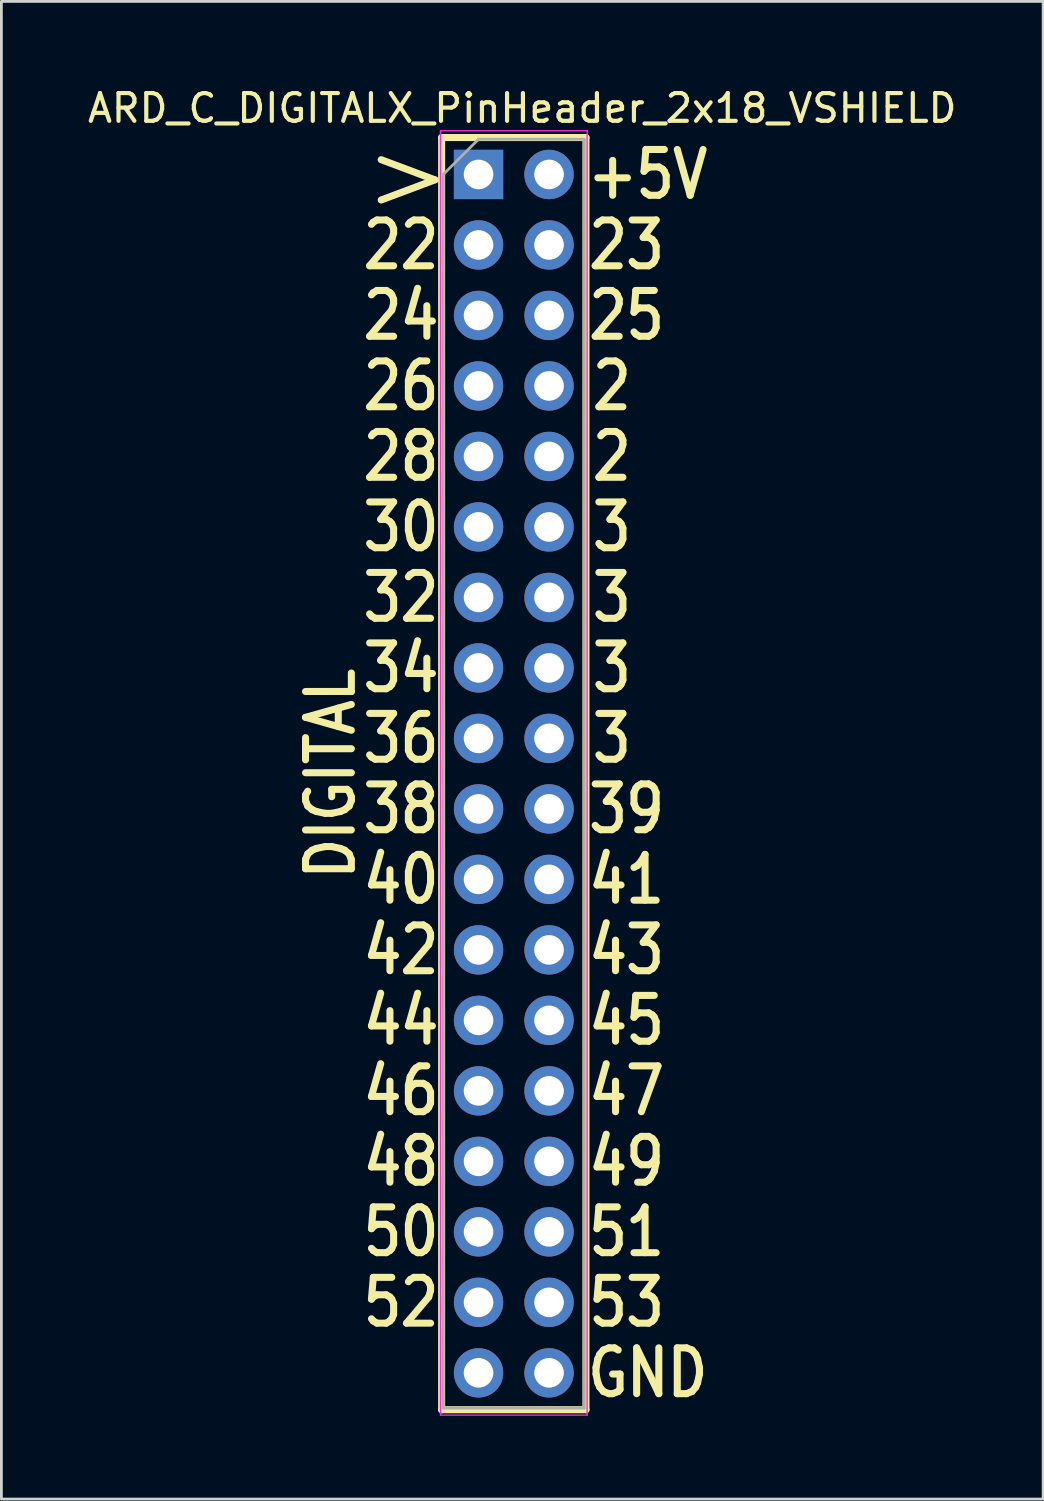
<source format=kicad_pcb>
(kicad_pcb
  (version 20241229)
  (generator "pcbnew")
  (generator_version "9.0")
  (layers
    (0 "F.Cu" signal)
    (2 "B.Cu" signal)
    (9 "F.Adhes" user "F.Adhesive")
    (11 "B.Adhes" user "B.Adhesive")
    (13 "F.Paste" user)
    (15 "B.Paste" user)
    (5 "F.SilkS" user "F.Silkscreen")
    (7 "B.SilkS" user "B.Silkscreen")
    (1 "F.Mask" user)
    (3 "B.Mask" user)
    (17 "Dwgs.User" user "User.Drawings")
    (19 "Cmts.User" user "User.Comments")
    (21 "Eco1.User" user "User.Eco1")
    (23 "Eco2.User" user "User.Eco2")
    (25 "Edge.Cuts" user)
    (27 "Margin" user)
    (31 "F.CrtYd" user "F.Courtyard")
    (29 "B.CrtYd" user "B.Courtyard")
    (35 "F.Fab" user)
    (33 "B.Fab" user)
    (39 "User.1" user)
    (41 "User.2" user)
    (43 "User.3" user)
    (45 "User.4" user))
  (footprint "ARD_C_DIGITALX_PinHeader_2x18_VSHIELD"
    (layer "F.Cu")
    (at 14.193 3.236)
    (property "Reference" "ARD_C_DIGITALX_PinHeader_2x18_VSHIELD" (at 1.575 -2.388 0) (layer "F.SilkS") (effects (font (size 1 1) (thickness 0.15))))
    (attr through_hole)
    (fp_line (start -1.33 -1.33) (end -1.33 44.51) (stroke (width 0.254) (type solid)) (layer "F.SilkS"))
    (fp_line (start -1.33 -1.33) (end 1.27 -1.33) (stroke (width 0.254) (type solid)) (layer "F.SilkS"))
    (fp_line (start -1.33 44.51) (end 3.87 44.51) (stroke (width 0.254) (type solid)) (layer "F.SilkS"))
    (fp_line (start 1.27 -1.33) (end 3.87 -1.33) (stroke (width 0.254) (type solid)) (layer "F.SilkS"))
    (fp_line (start 3.87 -1.33) (end 3.87 44.51) (stroke (width 0.254) (type solid)) (layer "F.SilkS"))
    (fp_line (start -1.372 -1.575) (end -1.372 44.704) (stroke (width 0.05) (type solid)) (layer "F.CrtYd"))
    (fp_line (start -1.372 44.704) (end 3.912 44.704) (stroke (width 0.05) (type solid)) (layer "F.CrtYd"))
    (fp_line (start 3.912 -1.575) (end -1.372 -1.575) (stroke (width 0.05) (type solid)) (layer "F.CrtYd"))
    (fp_line (start 3.912 44.704) (end 3.912 -1.575) (stroke (width 0.05) (type solid)) (layer "F.CrtYd"))
    (fp_line (start -1.27 0) (end 0 -1.27) (stroke (width 0.1) (type solid)) (layer "F.Fab"))
    (fp_line (start -1.27 44.45) (end -1.27 0) (stroke (width 0.1) (type solid)) (layer "F.Fab"))
    (fp_line (start 0 -1.27) (end 3.81 -1.27) (stroke (width 0.1) (type solid)) (layer "F.Fab"))
    (fp_line (start 3.81 -1.27) (end 3.81 44.45) (stroke (width 0.1) (type solid)) (layer "F.Fab"))
    (fp_line (start 3.81 44.45) (end -1.27 44.45) (stroke (width 0.1) (type solid)) (layer "F.Fab"))
    (fp_text user "GND" (at 6.096 43.18 0) (layer "F.SilkS") (effects (font (size 1.651 1.397) (thickness 0.254))))
    (fp_text user "42" (at -2.794 27.94 0) (layer "F.SilkS") (effects (font (size 1.651 1.397) (thickness 0.254))))
    (fp_text user "32" (at -2.794 15.24 0) (layer "F.SilkS") (effects (font (size 1.651 1.397) (thickness 0.254))))
    (fp_text user "44" (at -2.794 30.48 0) (layer "F.SilkS") (effects (font (size 1.651 1.397) (thickness 0.254))))
    (fp_text user "39" (at 5.334 22.86 0) (layer "F.SilkS") (effects (font (size 1.651 1.397) (thickness 0.254))))
    (fp_text user "51" (at 5.334 38.1 0) (layer "F.SilkS") (effects (font (size 1.651 1.397) (thickness 0.254))))
    (fp_text user "53" (at 5.334 40.64 0) (layer "F.SilkS") (effects (font (size 1.651 1.397) (thickness 0.254))))
    (fp_text user "3 " (at 5.334 20.32 0) (layer "F.SilkS") (effects (font (size 1.651 1.397) (thickness 0.254))))
    (fp_text user "+5V" (at 6.096 0 0) (layer "F.SilkS") (effects (font (size 1.651 1.397) (thickness 0.254))))
    (fp_text user "23" (at 5.334 2.54 0) (layer "F.SilkS") (effects (font (size 1.651 1.397) (thickness 0.254))))
    (fp_text user "26" (at -2.794 7.62 0) (layer "F.SilkS") (effects (font (size 1.651 1.397) (thickness 0.254))))
    (fp_text user "45" (at 5.334 30.48 0) (layer "F.SilkS") (effects (font (size 1.651 1.397) (thickness 0.254))))
    (fp_text user "40" (at -2.794 25.4 0) (layer "F.SilkS") (effects (font (size 1.651 1.397) (thickness 0.254))))
    (fp_text user "3 " (at 5.334 12.7 0) (layer "F.SilkS") (effects (font (size 1.651 1.397) (thickness 0.254))))
    (fp_text user "50" (at -2.794 38.1 0) (layer "F.SilkS") (effects (font (size 1.651 1.397) (thickness 0.254))))
    (fp_text user "34" (at -2.794 17.78 0) (layer "F.SilkS") (effects (font (size 1.651 1.397) (thickness 0.254))))
    (fp_text user "49" (at 5.334 35.56 0) (layer "F.SilkS") (effects (font (size 1.651 1.397) (thickness 0.254))))
    (fp_text user "2 " (at 5.334 7.62 0) (layer "F.SilkS") (effects (font (size 1.651 1.397) (thickness 0.254))))
    (fp_text user ">" (at -2.54 0 0) (layer "F.SilkS") (effects (font (size 2.54 2.54) (thickness 0.254))))
    (fp_text user "48" (at -2.794 35.56 0) (layer "F.SilkS") (effects (font (size 1.651 1.397) (thickness 0.254))))
    (fp_text user "25" (at 5.334 5.08 0) (layer "F.SilkS") (effects (font (size 1.651 1.397) (thickness 0.254))))
    (fp_text user "DIGITAL" (at -5.334 21.59 90) (layer "F.SilkS") (effects (font (size 1.651 1.397) (thickness 0.254))))
    (fp_text user "3 " (at 5.334 17.78 0) (layer "F.SilkS") (effects (font (size 1.651 1.397) (thickness 0.254))))
    (fp_text user "46" (at -2.794 33.02 0) (layer "F.SilkS") (effects (font (size 1.651 1.397) (thickness 0.254))))
    (fp_text user "47" (at 5.334 33.02 0) (layer "F.SilkS") (effects (font (size 1.651 1.397) (thickness 0.254))))
    (fp_text user "41" (at 5.334 25.4 0) (layer "F.SilkS") (effects (font (size 1.651 1.397) (thickness 0.254))))
    (fp_text user "36" (at -2.794 20.32 0) (layer "F.SilkS") (effects (font (size 1.651 1.397) (thickness 0.254))))
    (fp_text user "43" (at 5.334 27.94 0) (layer "F.SilkS") (effects (font (size 1.651 1.397) (thickness 0.254))))
    (fp_text user "28" (at -2.794 10.16 0) (layer "F.SilkS") (effects (font (size 1.651 1.397) (thickness 0.254))))
    (fp_text user "38" (at -2.794 22.86 0) (layer "F.SilkS") (effects (font (size 1.651 1.397) (thickness 0.254))))
    (fp_text user "24" (at -2.794 5.08 0) (layer "F.SilkS") (effects (font (size 1.651 1.397) (thickness 0.254))))
    (fp_text user "30" (at -2.794 12.7 0) (layer "F.SilkS") (effects (font (size 1.651 1.397) (thickness 0.254))))
    (fp_text user "2 " (at 5.334 10.16 0) (layer "F.SilkS") (effects (font (size 1.651 1.397) (thickness 0.254))))
    (fp_text user "52" (at -2.794 40.64 0) (layer "F.SilkS") (effects (font (size 1.651 1.397) (thickness 0.254))))
    (fp_text user "22" (at -2.794 2.54 0) (layer "F.SilkS") (effects (font (size 1.651 1.397) (thickness 0.254))))
    (fp_text user "3 " (at 5.334 15.24 0) (layer "F.SilkS") (effects (font (size 1.651 1.397) (thickness 0.254))))
    (pad "1" thru_hole rect (at 0 0) (size 1.778 1.778) (drill 1.067) (layers "*.Cu" "*.Mask"))
    (pad "2" thru_hole oval (at 2.54 0) (size 1.778 1.778) (drill 1.067) (layers "*.Cu" "*.Mask"))
    (pad "3" thru_hole oval (at 0 2.54) (size 1.778 1.778) (drill 1.067) (layers "*.Cu" "*.Mask"))
    (pad "4" thru_hole oval (at 2.54 2.54) (size 1.778 1.778) (drill 1.067) (layers "*.Cu" "*.Mask"))
    (pad "5" thru_hole oval (at 0 5.08) (size 1.778 1.778) (drill 1.067) (layers "*.Cu" "*.Mask"))
    (pad "6" thru_hole oval (at 2.54 5.08) (size 1.778 1.778) (drill 1.067) (layers "*.Cu" "*.Mask"))
    (pad "7" thru_hole oval (at 0 7.62) (size 1.778 1.778) (drill 1.067) (layers "*.Cu" "*.Mask"))
    (pad "8" thru_hole oval (at 2.54 7.62) (size 1.778 1.778) (drill 1.067) (layers "*.Cu" "*.Mask"))
    (pad "9" thru_hole oval (at 0 10.16) (size 1.778 1.778) (drill 1.067) (layers "*.Cu" "*.Mask"))
    (pad "10" thru_hole oval (at 2.54 10.16) (size 1.778 1.778) (drill 1.067) (layers "*.Cu" "*.Mask"))
    (pad "11" thru_hole oval (at 0 12.7) (size 1.778 1.778) (drill 1.067) (layers "*.Cu" "*.Mask"))
    (pad "12" thru_hole oval (at 2.54 12.7) (size 1.778 1.778) (drill 1.067) (layers "*.Cu" "*.Mask"))
    (pad "13" thru_hole oval (at 0 15.24) (size 1.778 1.778) (drill 1.067) (layers "*.Cu" "*.Mask"))
    (pad "14" thru_hole oval (at 2.54 15.24) (size 1.778 1.778) (drill 1.067) (layers "*.Cu" "*.Mask"))
    (pad "15" thru_hole oval (at 0 17.78) (size 1.778 1.778) (drill 1.067) (layers "*.Cu" "*.Mask"))
    (pad "16" thru_hole oval (at 2.54 17.78) (size 1.778 1.778) (drill 1.067) (layers "*.Cu" "*.Mask"))
    (pad "17" thru_hole oval (at 0 20.32) (size 1.778 1.778) (drill 1.067) (layers "*.Cu" "*.Mask"))
    (pad "18" thru_hole oval (at 2.54 20.32) (size 1.778 1.778) (drill 1.067) (layers "*.Cu" "*.Mask"))
    (pad "19" thru_hole oval (at 0 22.86) (size 1.778 1.778) (drill 1.067) (layers "*.Cu" "*.Mask"))
    (pad "20" thru_hole oval (at 2.54 22.86) (size 1.778 1.778) (drill 1.067) (layers "*.Cu" "*.Mask"))
    (pad "21" thru_hole oval (at 0 25.4) (size 1.778 1.778) (drill 1.067) (layers "*.Cu" "*.Mask"))
    (pad "22" thru_hole oval (at 2.54 25.4) (size 1.778 1.778) (drill 1.067) (layers "*.Cu" "*.Mask"))
    (pad "23" thru_hole oval (at 0 27.94) (size 1.778 1.778) (drill 1.067) (layers "*.Cu" "*.Mask"))
    (pad "24" thru_hole oval (at 2.54 27.94) (size 1.778 1.778) (drill 1.067) (layers "*.Cu" "*.Mask"))
    (pad "25" thru_hole oval (at 0 30.48) (size 1.778 1.778) (drill 1.067) (layers "*.Cu" "*.Mask"))
    (pad "26" thru_hole oval (at 2.54 30.48) (size 1.778 1.778) (drill 1.067) (layers "*.Cu" "*.Mask"))
    (pad "27" thru_hole oval (at 0 33.02) (size 1.778 1.778) (drill 1.067) (layers "*.Cu" "*.Mask"))
    (pad "28" thru_hole oval (at 2.54 33.02) (size 1.778 1.778) (drill 1.067) (layers "*.Cu" "*.Mask"))
    (pad "29" thru_hole oval (at 0 35.56) (size 1.778 1.778) (drill 1.067) (layers "*.Cu" "*.Mask"))
    (pad "30" thru_hole oval (at 2.54 35.56) (size 1.778 1.778) (drill 1.067) (layers "*.Cu" "*.Mask"))
    (pad "31" thru_hole oval (at 0 38.1) (size 1.778 1.778) (drill 1.067) (layers "*.Cu" "*.Mask"))
    (pad "32" thru_hole oval (at 2.54 38.1) (size 1.778 1.778) (drill 1.067) (layers "*.Cu" "*.Mask"))
    (pad "33" thru_hole oval (at 0 40.64) (size 1.778 1.778) (drill 1.067) (layers "*.Cu" "*.Mask"))
    (pad "34" thru_hole oval (at 2.54 40.64) (size 1.778 1.778) (drill 1.067) (layers "*.Cu" "*.Mask"))
    (pad "35" thru_hole oval (at 0 43.18) (size 1.778 1.778) (drill 1.067) (layers "*.Cu" "*.Mask"))
    (pad "36" thru_hole oval (at 2.54 43.18) (size 1.778 1.778) (drill 1.067) (layers "*.Cu" "*.Mask")))
  (gr_rect
    (start -3 -3)
    (end 34.536 50.965)
    (stroke (width 0.1) (type default))
    (fill no)
    (layer "Edge.Cuts")))
</source>
